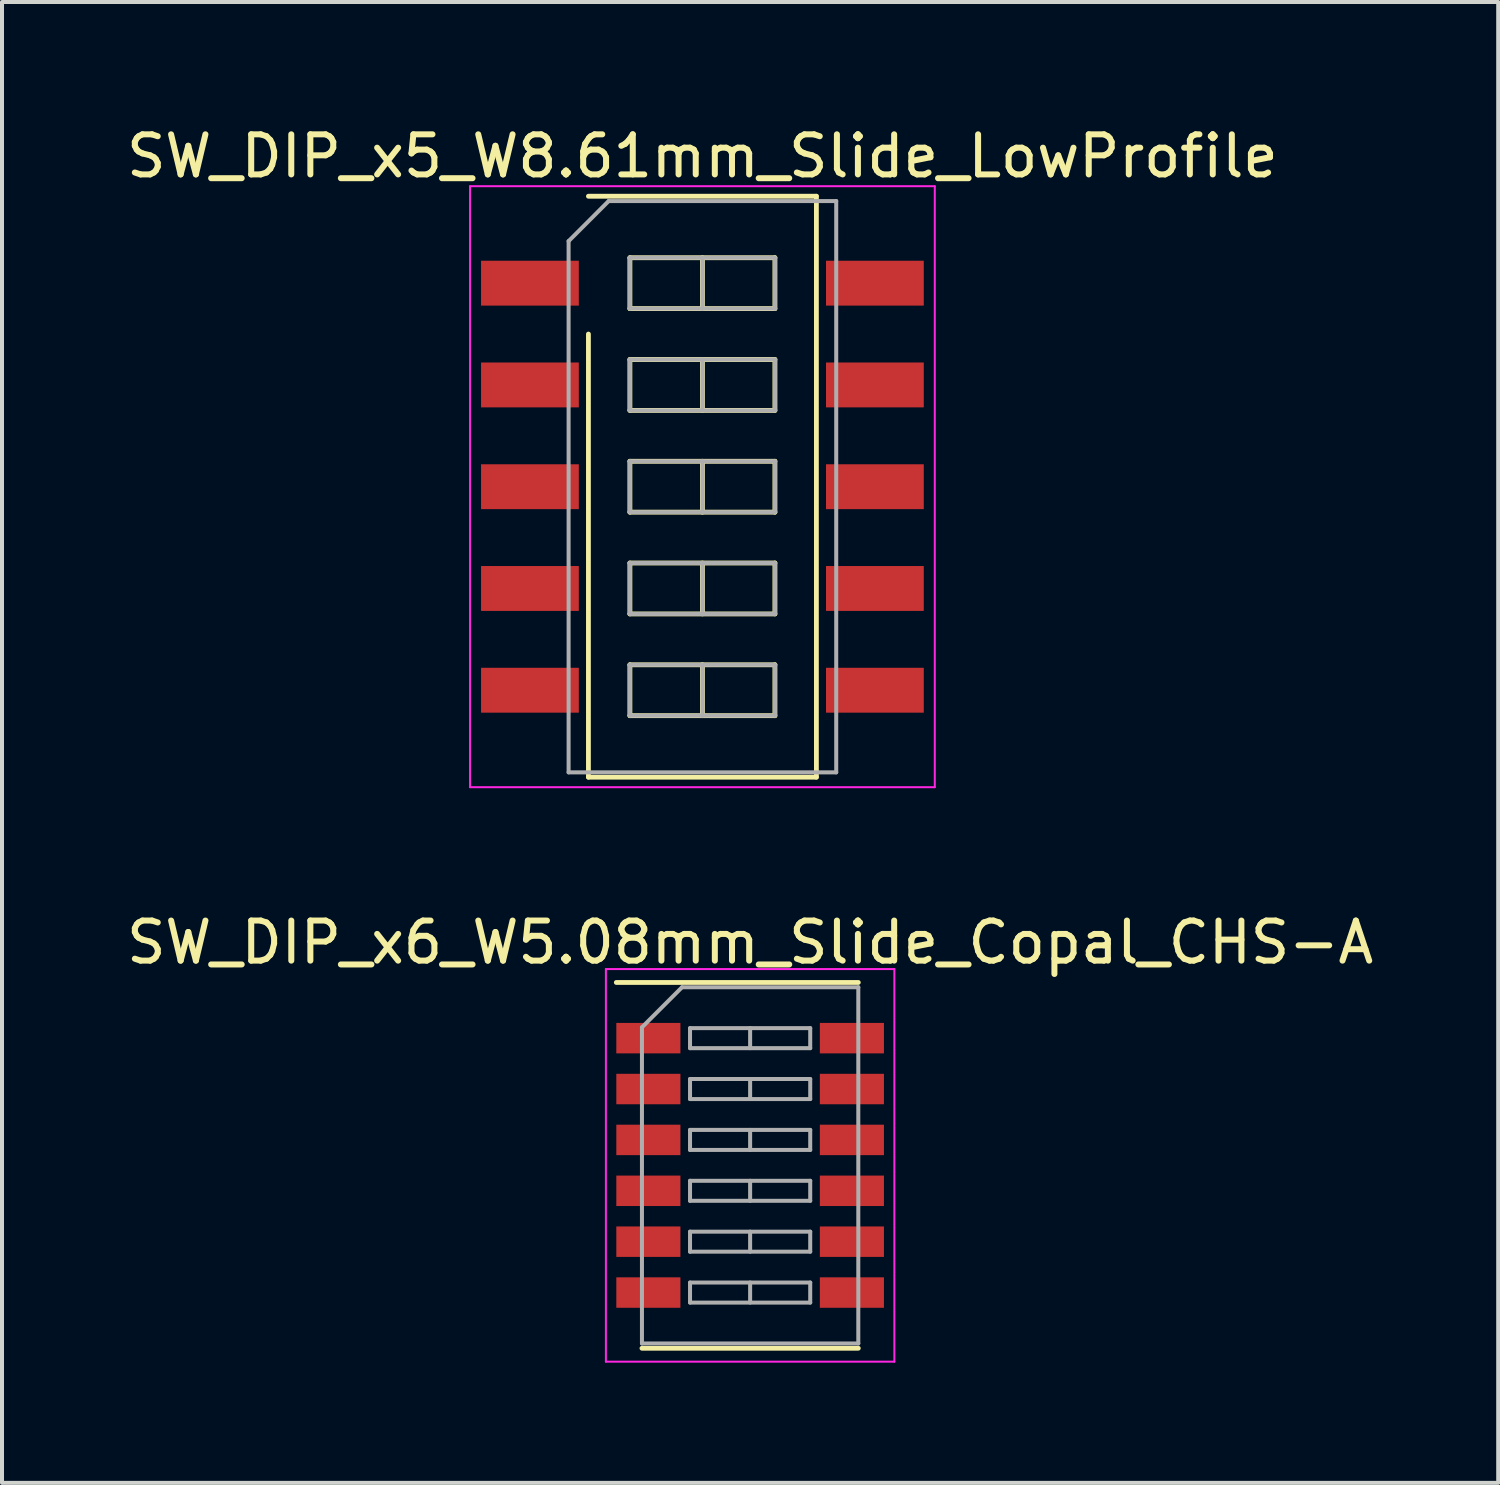
<source format=kicad_pcb>
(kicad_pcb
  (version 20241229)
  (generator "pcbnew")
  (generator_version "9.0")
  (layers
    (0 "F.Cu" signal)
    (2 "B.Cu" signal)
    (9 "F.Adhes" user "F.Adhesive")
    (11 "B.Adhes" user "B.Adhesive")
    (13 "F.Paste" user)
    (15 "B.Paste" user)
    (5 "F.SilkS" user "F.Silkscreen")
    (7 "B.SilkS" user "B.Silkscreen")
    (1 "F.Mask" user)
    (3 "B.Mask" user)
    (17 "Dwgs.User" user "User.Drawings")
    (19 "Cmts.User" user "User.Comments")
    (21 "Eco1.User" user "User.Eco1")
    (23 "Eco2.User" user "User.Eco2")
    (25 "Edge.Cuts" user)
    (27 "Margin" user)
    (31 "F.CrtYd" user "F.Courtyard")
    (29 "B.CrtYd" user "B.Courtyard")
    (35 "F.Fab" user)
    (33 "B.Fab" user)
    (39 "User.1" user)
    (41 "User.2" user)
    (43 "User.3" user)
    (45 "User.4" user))
  (footprint "SW_DIP_x5_W8.61mm_Slide_LowProfile"
    (layer "F.Cu")
    (at 14.482 9.098)
    (property "Reference" "SW_DIP_x5_W8.61mm_Slide_LowProfile" (at 0 -8.25 0) (layer "F.SilkS") (effects (font (size 1 1) (thickness 0.15))))
    (attr smd)
    (fp_line (start -2.845 -7.25) (end 2.845 -7.25) (stroke (width 0.12) (type solid)) (layer "F.SilkS"))
    (fp_line (start -2.845 7.25) (end -2.845 -3.81) (stroke (width 0.12) (type solid)) (layer "F.SilkS"))
    (fp_line (start -1.81 -5.715) (end -1.81 -4.445) (stroke (width 0.12) (type solid)) (layer "F.SilkS"))
    (fp_line (start -1.81 -4.445) (end 1.81 -4.445) (stroke (width 0.12) (type solid)) (layer "F.SilkS"))
    (fp_line (start -1.81 -3.175) (end -1.81 -1.905) (stroke (width 0.12) (type solid)) (layer "F.SilkS"))
    (fp_line (start -1.81 -1.905) (end 1.81 -1.905) (stroke (width 0.12) (type solid)) (layer "F.SilkS"))
    (fp_line (start -1.81 -0.635) (end -1.81 0.635) (stroke (width 0.12) (type solid)) (layer "F.SilkS"))
    (fp_line (start -1.81 0.635) (end 1.81 0.635) (stroke (width 0.12) (type solid)) (layer "F.SilkS"))
    (fp_line (start -1.81 1.905) (end -1.81 3.175) (stroke (width 0.12) (type solid)) (layer "F.SilkS"))
    (fp_line (start -1.81 3.175) (end 1.81 3.175) (stroke (width 0.12) (type solid)) (layer "F.SilkS"))
    (fp_line (start -1.81 4.445) (end -1.81 5.715) (stroke (width 0.12) (type solid)) (layer "F.SilkS"))
    (fp_line (start -1.81 5.715) (end 1.81 5.715) (stroke (width 0.12) (type solid)) (layer "F.SilkS"))
    (fp_line (start 0 -5.715) (end 0 -4.445) (stroke (width 0.12) (type solid)) (layer "F.SilkS"))
    (fp_line (start 0 -3.175) (end 0 -1.905) (stroke (width 0.12) (type solid)) (layer "F.SilkS"))
    (fp_line (start 0 -0.635) (end 0 0.635) (stroke (width 0.12) (type solid)) (layer "F.SilkS"))
    (fp_line (start 0 1.905) (end 0 3.175) (stroke (width 0.12) (type solid)) (layer "F.SilkS"))
    (fp_line (start 0 4.445) (end 0 5.715) (stroke (width 0.12) (type solid)) (layer "F.SilkS"))
    (fp_line (start 1.81 -5.715) (end -1.81 -5.715) (stroke (width 0.12) (type solid)) (layer "F.SilkS"))
    (fp_line (start 1.81 -4.445) (end 1.81 -5.715) (stroke (width 0.12) (type solid)) (layer "F.SilkS"))
    (fp_line (start 1.81 -3.175) (end -1.81 -3.175) (stroke (width 0.12) (type solid)) (layer "F.SilkS"))
    (fp_line (start 1.81 -1.905) (end 1.81 -3.175) (stroke (width 0.12) (type solid)) (layer "F.SilkS"))
    (fp_line (start 1.81 -0.635) (end -1.81 -0.635) (stroke (width 0.12) (type solid)) (layer "F.SilkS"))
    (fp_line (start 1.81 0.635) (end 1.81 -0.635) (stroke (width 0.12) (type solid)) (layer "F.SilkS"))
    (fp_line (start 1.81 1.905) (end -1.81 1.905) (stroke (width 0.12) (type solid)) (layer "F.SilkS"))
    (fp_line (start 1.81 3.175) (end 1.81 1.905) (stroke (width 0.12) (type solid)) (layer "F.SilkS"))
    (fp_line (start 1.81 4.445) (end -1.81 4.445) (stroke (width 0.12) (type solid)) (layer "F.SilkS"))
    (fp_line (start 1.81 5.715) (end 1.81 4.445) (stroke (width 0.12) (type solid)) (layer "F.SilkS"))
    (fp_line (start 2.845 -7.25) (end 2.845 7.25) (stroke (width 0.12) (type solid)) (layer "F.SilkS"))
    (fp_line (start 2.845 7.25) (end -2.845 7.25) (stroke (width 0.12) (type solid)) (layer "F.SilkS"))
    (fp_line (start -5.8 -7.5) (end -5.8 7.5) (stroke (width 0.05) (type solid)) (layer "F.CrtYd"))
    (fp_line (start -5.8 7.5) (end 5.8 7.5) (stroke (width 0.05) (type solid)) (layer "F.CrtYd"))
    (fp_line (start 5.8 -7.5) (end -5.8 -7.5) (stroke (width 0.05) (type solid)) (layer "F.CrtYd"))
    (fp_line (start 5.8 7.5) (end 5.8 -7.5) (stroke (width 0.05) (type solid)) (layer "F.CrtYd"))
    (fp_line (start -3.34 -6.13) (end -2.34 -7.13) (stroke (width 0.1) (type solid)) (layer "F.Fab"))
    (fp_line (start -3.34 7.13) (end -3.34 -6.13) (stroke (width 0.1) (type solid)) (layer "F.Fab"))
    (fp_line (start -2.34 -7.13) (end 3.34 -7.13) (stroke (width 0.1) (type solid)) (layer "F.Fab"))
    (fp_line (start -1.81 -5.715) (end -1.81 -4.445) (stroke (width 0.1) (type solid)) (layer "F.Fab"))
    (fp_line (start -1.81 -4.445) (end 1.81 -4.445) (stroke (width 0.1) (type solid)) (layer "F.Fab"))
    (fp_line (start -1.81 -3.175) (end -1.81 -1.905) (stroke (width 0.1) (type solid)) (layer "F.Fab"))
    (fp_line (start -1.81 -1.905) (end 1.81 -1.905) (stroke (width 0.1) (type solid)) (layer "F.Fab"))
    (fp_line (start -1.81 -0.635) (end -1.81 0.635) (stroke (width 0.1) (type solid)) (layer "F.Fab"))
    (fp_line (start -1.81 0.635) (end 1.81 0.635) (stroke (width 0.1) (type solid)) (layer "F.Fab"))
    (fp_line (start -1.81 1.905) (end -1.81 3.175) (stroke (width 0.1) (type solid)) (layer "F.Fab"))
    (fp_line (start -1.81 3.175) (end 1.81 3.175) (stroke (width 0.1) (type solid)) (layer "F.Fab"))
    (fp_line (start -1.81 4.445) (end -1.81 5.715) (stroke (width 0.1) (type solid)) (layer "F.Fab"))
    (fp_line (start -1.81 5.715) (end 1.81 5.715) (stroke (width 0.1) (type solid)) (layer "F.Fab"))
    (fp_line (start 0 -5.715) (end 0 -4.445) (stroke (width 0.1) (type solid)) (layer "F.Fab"))
    (fp_line (start 0 -3.175) (end 0 -1.905) (stroke (width 0.1) (type solid)) (layer "F.Fab"))
    (fp_line (start 0 -0.635) (end 0 0.635) (stroke (width 0.1) (type solid)) (layer "F.Fab"))
    (fp_line (start 0 1.905) (end 0 3.175) (stroke (width 0.1) (type solid)) (layer "F.Fab"))
    (fp_line (start 0 4.445) (end 0 5.715) (stroke (width 0.1) (type solid)) (layer "F.Fab"))
    (fp_line (start 1.81 -5.715) (end -1.81 -5.715) (stroke (width 0.1) (type solid)) (layer "F.Fab"))
    (fp_line (start 1.81 -4.445) (end 1.81 -5.715) (stroke (width 0.1) (type solid)) (layer "F.Fab"))
    (fp_line (start 1.81 -3.175) (end -1.81 -3.175) (stroke (width 0.1) (type solid)) (layer "F.Fab"))
    (fp_line (start 1.81 -1.905) (end 1.81 -3.175) (stroke (width 0.1) (type solid)) (layer "F.Fab"))
    (fp_line (start 1.81 -0.635) (end -1.81 -0.635) (stroke (width 0.1) (type solid)) (layer "F.Fab"))
    (fp_line (start 1.81 0.635) (end 1.81 -0.635) (stroke (width 0.1) (type solid)) (layer "F.Fab"))
    (fp_line (start 1.81 1.905) (end -1.81 1.905) (stroke (width 0.1) (type solid)) (layer "F.Fab"))
    (fp_line (start 1.81 3.175) (end 1.81 1.905) (stroke (width 0.1) (type solid)) (layer "F.Fab"))
    (fp_line (start 1.81 4.445) (end -1.81 4.445) (stroke (width 0.1) (type solid)) (layer "F.Fab"))
    (fp_line (start 1.81 5.715) (end 1.81 4.445) (stroke (width 0.1) (type solid)) (layer "F.Fab"))
    (fp_line (start 3.34 -7.13) (end 3.34 7.13) (stroke (width 0.1) (type solid)) (layer "F.Fab"))
    (fp_line (start 3.34 7.13) (end -3.34 7.13) (stroke (width 0.1) (type solid)) (layer "F.Fab"))
    (pad "1" smd rect (at -4.305 -5.08) (size 2.44 1.12) (layers "F.Cu" "F.Mask"))
    (pad "2" smd rect (at -4.305 -2.54) (size 2.44 1.12) (layers "F.Cu" "F.Mask"))
    (pad "3" smd rect (at -4.305 0) (size 2.44 1.12) (layers "F.Cu" "F.Mask"))
    (pad "4" smd rect (at -4.305 2.54) (size 2.44 1.12) (layers "F.Cu" "F.Mask"))
    (pad "5" smd rect (at -4.305 5.08) (size 2.44 1.12) (layers "F.Cu" "F.Mask"))
    (pad "6" smd rect (at 4.305 5.08) (size 2.44 1.12) (layers "F.Cu" "F.Mask"))
    (pad "7" smd rect (at 4.305 2.54) (size 2.44 1.12) (layers "F.Cu" "F.Mask"))
    (pad "8" smd rect (at 4.305 0) (size 2.44 1.12) (layers "F.Cu" "F.Mask"))
    (pad "9" smd rect (at 4.305 -2.54) (size 2.44 1.12) (layers "F.Cu" "F.Mask"))
    (pad "10" smd rect (at 4.305 -5.08) (size 2.44 1.12) (layers "F.Cu" "F.Mask")))
  (footprint "SW_DIP_x6_W5.08mm_Slide_Copal_CHS-A"
    (layer "F.Cu")
    (at 15.673 26.037)
    (property "Reference" "SW_DIP_x6_W5.08mm_Slide_Copal_CHS-A" (at 0 -5.565 0) (layer "F.SilkS") (effects (font (size 1 1) (thickness 0.15))))
    (attr smd)
    (fp_line (start -3.34 -4.565) (end 2.7 -4.565) (stroke (width 0.12) (type solid)) (layer "F.SilkS"))
    (fp_line (start -2.7 4.565) (end 2.7 4.565) (stroke (width 0.12) (type solid)) (layer "F.SilkS"))
    (fp_line (start -3.6 -4.9) (end -3.6 4.9) (stroke (width 0.05) (type solid)) (layer "F.CrtYd"))
    (fp_line (start -3.6 4.9) (end 3.6 4.9) (stroke (width 0.05) (type solid)) (layer "F.CrtYd"))
    (fp_line (start 3.6 -4.9) (end -3.6 -4.9) (stroke (width 0.05) (type solid)) (layer "F.CrtYd"))
    (fp_line (start 3.6 4.9) (end 3.6 -4.9) (stroke (width 0.05) (type solid)) (layer "F.CrtYd"))
    (fp_line (start -2.7 -3.445) (end -1.7 -4.445) (stroke (width 0.1) (type solid)) (layer "F.Fab"))
    (fp_line (start -2.7 4.445) (end -2.7 -3.445) (stroke (width 0.1) (type solid)) (layer "F.Fab"))
    (fp_line (start -1.7 -4.445) (end 2.7 -4.445) (stroke (width 0.1) (type solid)) (layer "F.Fab"))
    (fp_line (start -1.5 -3.425) (end -1.5 -2.925) (stroke (width 0.1) (type solid)) (layer "F.Fab"))
    (fp_line (start -1.5 -2.925) (end 1.5 -2.925) (stroke (width 0.1) (type solid)) (layer "F.Fab"))
    (fp_line (start -1.5 -2.155) (end -1.5 -1.655) (stroke (width 0.1) (type solid)) (layer "F.Fab"))
    (fp_line (start -1.5 -1.655) (end 1.5 -1.655) (stroke (width 0.1) (type solid)) (layer "F.Fab"))
    (fp_line (start -1.5 -0.885) (end -1.5 -0.385) (stroke (width 0.1) (type solid)) (layer "F.Fab"))
    (fp_line (start -1.5 -0.385) (end 1.5 -0.385) (stroke (width 0.1) (type solid)) (layer "F.Fab"))
    (fp_line (start -1.5 0.385) (end -1.5 0.885) (stroke (width 0.1) (type solid)) (layer "F.Fab"))
    (fp_line (start -1.5 0.885) (end 1.5 0.885) (stroke (width 0.1) (type solid)) (layer "F.Fab"))
    (fp_line (start -1.5 1.655) (end -1.5 2.155) (stroke (width 0.1) (type solid)) (layer "F.Fab"))
    (fp_line (start -1.5 2.155) (end 1.5 2.155) (stroke (width 0.1) (type solid)) (layer "F.Fab"))
    (fp_line (start -1.5 2.925) (end -1.5 3.425) (stroke (width 0.1) (type solid)) (layer "F.Fab"))
    (fp_line (start -1.5 3.425) (end 1.5 3.425) (stroke (width 0.1) (type solid)) (layer "F.Fab"))
    (fp_line (start 0 -3.425) (end 0 -2.925) (stroke (width 0.1) (type solid)) (layer "F.Fab"))
    (fp_line (start 0 -2.155) (end 0 -1.655) (stroke (width 0.1) (type solid)) (layer "F.Fab"))
    (fp_line (start 0 -0.885) (end 0 -0.385) (stroke (width 0.1) (type solid)) (layer "F.Fab"))
    (fp_line (start 0 0.385) (end 0 0.885) (stroke (width 0.1) (type solid)) (layer "F.Fab"))
    (fp_line (start 0 1.655) (end 0 2.155) (stroke (width 0.1) (type solid)) (layer "F.Fab"))
    (fp_line (start 0 2.925) (end 0 3.425) (stroke (width 0.1) (type solid)) (layer "F.Fab"))
    (fp_line (start 1.5 -3.425) (end -1.5 -3.425) (stroke (width 0.1) (type solid)) (layer "F.Fab"))
    (fp_line (start 1.5 -2.925) (end 1.5 -3.425) (stroke (width 0.1) (type solid)) (layer "F.Fab"))
    (fp_line (start 1.5 -2.155) (end -1.5 -2.155) (stroke (width 0.1) (type solid)) (layer "F.Fab"))
    (fp_line (start 1.5 -1.655) (end 1.5 -2.155) (stroke (width 0.1) (type solid)) (layer "F.Fab"))
    (fp_line (start 1.5 -0.885) (end -1.5 -0.885) (stroke (width 0.1) (type solid)) (layer "F.Fab"))
    (fp_line (start 1.5 -0.385) (end 1.5 -0.885) (stroke (width 0.1) (type solid)) (layer "F.Fab"))
    (fp_line (start 1.5 0.385) (end -1.5 0.385) (stroke (width 0.1) (type solid)) (layer "F.Fab"))
    (fp_line (start 1.5 0.885) (end 1.5 0.385) (stroke (width 0.1) (type solid)) (layer "F.Fab"))
    (fp_line (start 1.5 1.655) (end -1.5 1.655) (stroke (width 0.1) (type solid)) (layer "F.Fab"))
    (fp_line (start 1.5 2.155) (end 1.5 1.655) (stroke (width 0.1) (type solid)) (layer "F.Fab"))
    (fp_line (start 1.5 2.925) (end -1.5 2.925) (stroke (width 0.1) (type solid)) (layer "F.Fab"))
    (fp_line (start 1.5 3.425) (end 1.5 2.925) (stroke (width 0.1) (type solid)) (layer "F.Fab"))
    (fp_line (start 2.7 -4.445) (end 2.7 4.445) (stroke (width 0.1) (type solid)) (layer "F.Fab"))
    (fp_line (start 2.7 4.445) (end -2.7 4.445) (stroke (width 0.1) (type solid)) (layer "F.Fab"))
    (pad "1" smd rect (at -2.54 -3.175) (size 1.6 0.76) (layers "F.Cu" "F.Mask"))
    (pad "2" smd rect (at -2.54 -1.905) (size 1.6 0.76) (layers "F.Cu" "F.Mask"))
    (pad "3" smd rect (at -2.54 -0.635) (size 1.6 0.76) (layers "F.Cu" "F.Mask"))
    (pad "4" smd rect (at -2.54 0.635) (size 1.6 0.76) (layers "F.Cu" "F.Mask"))
    (pad "5" smd rect (at -2.54 1.905) (size 1.6 0.76) (layers "F.Cu" "F.Mask"))
    (pad "6" smd rect (at -2.54 3.175) (size 1.6 0.76) (layers "F.Cu" "F.Mask"))
    (pad "7" smd rect (at 2.54 3.175) (size 1.6 0.76) (layers "F.Cu" "F.Mask"))
    (pad "8" smd rect (at 2.54 1.905) (size 1.6 0.76) (layers "F.Cu" "F.Mask"))
    (pad "9" smd rect (at 2.54 0.635) (size 1.6 0.76) (layers "F.Cu" "F.Mask"))
    (pad "10" smd rect (at 2.54 -0.635) (size 1.6 0.76) (layers "F.Cu" "F.Mask"))
    (pad "11" smd rect (at 2.54 -1.905) (size 1.6 0.76) (layers "F.Cu" "F.Mask"))
    (pad "12" smd rect (at 2.54 -3.175) (size 1.6 0.76) (layers "F.Cu" "F.Mask")))
  (gr_rect
    (start -3 -3)
    (end 34.345 33.962)
    (stroke (width 0.1) (type default))
    (fill no)
    (layer "Edge.Cuts")))
</source>
